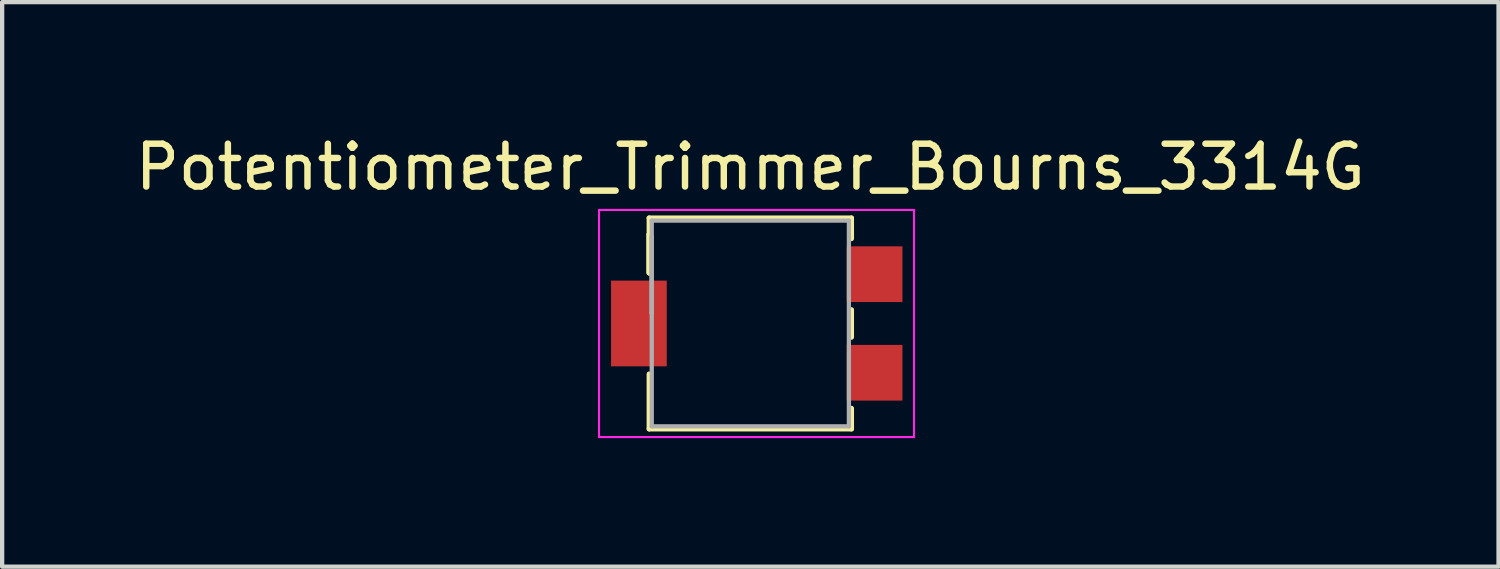
<source format=kicad_pcb>
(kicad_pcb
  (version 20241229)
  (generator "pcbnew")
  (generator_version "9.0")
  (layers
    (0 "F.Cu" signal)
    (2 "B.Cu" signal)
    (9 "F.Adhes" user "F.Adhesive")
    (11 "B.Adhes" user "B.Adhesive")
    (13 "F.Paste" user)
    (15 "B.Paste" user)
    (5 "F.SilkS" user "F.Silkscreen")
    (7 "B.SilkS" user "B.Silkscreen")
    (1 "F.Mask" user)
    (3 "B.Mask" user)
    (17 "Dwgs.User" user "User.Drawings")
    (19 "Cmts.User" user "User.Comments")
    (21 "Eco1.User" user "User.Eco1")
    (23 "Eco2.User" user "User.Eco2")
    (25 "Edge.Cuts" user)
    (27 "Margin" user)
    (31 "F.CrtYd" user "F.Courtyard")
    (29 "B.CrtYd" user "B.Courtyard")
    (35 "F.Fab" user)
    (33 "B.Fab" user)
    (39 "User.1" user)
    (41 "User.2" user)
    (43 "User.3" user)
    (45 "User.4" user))
  (footprint "Potentiometer_Trimmer_Bourns_3314G"
    (layer "F.Cu")
    (at 14.458 4.498)
    (property "Reference" "Potentiometer_Trimmer_Bourns_3314G" (at 0 -3.65 0) (layer "F.SilkS") (effects (font (size 1 1) (thickness 0.15))))
    (attr smd)
    (fp_line (start -2.36 -2.46) (end -2.36 -1.18) (stroke (width 0.12) (type solid)) (layer "F.SilkS"))
    (fp_line (start -2.36 -2.46) (end 2.36 -2.46) (stroke (width 0.12) (type solid)) (layer "F.SilkS"))
    (fp_line (start -2.36 -2.08) (end -2.36 -2.08) (stroke (width 0.12) (type solid)) (layer "F.SilkS"))
    (fp_line (start -2.36 -2.08) (end -2.36 -1.18) (stroke (width 0.12) (type solid)) (layer "F.SilkS"))
    (fp_line (start -2.36 -2.08) (end -2.36 -1.18) (stroke (width 0.12) (type solid)) (layer "F.SilkS"))
    (fp_line (start -2.36 1.18) (end -2.36 2.46) (stroke (width 0.12) (type solid)) (layer "F.SilkS"))
    (fp_line (start -2.36 2.46) (end 2.36 2.46) (stroke (width 0.12) (type solid)) (layer "F.SilkS"))
    (fp_line (start 2.36 -2.46) (end 2.36 -1.98) (stroke (width 0.12) (type solid)) (layer "F.SilkS"))
    (fp_line (start 2.36 -0.32) (end 2.36 0.32) (stroke (width 0.12) (type solid)) (layer "F.SilkS"))
    (fp_line (start 2.36 1.98) (end 2.36 2.46) (stroke (width 0.12) (type solid)) (layer "F.SilkS"))
    (fp_line (start -3.53 -2.65) (end -3.53 2.65) (stroke (width 0.05) (type solid)) (layer "F.CrtYd"))
    (fp_line (start -3.53 2.65) (end 3.82 2.65) (stroke (width 0.05) (type solid)) (layer "F.CrtYd"))
    (fp_line (start 3.82 -2.65) (end -3.53 -2.65) (stroke (width 0.05) (type solid)) (layer "F.CrtYd"))
    (fp_line (start 3.82 2.65) (end 3.82 -2.65) (stroke (width 0.05) (type solid)) (layer "F.CrtYd"))
    (fp_line (start -2.3 -2.4) (end -2.3 2.4) (stroke (width 0.1) (type solid)) (layer "F.Fab"))
    (fp_line (start -2.3 -2.02) (end -2.3 -2.02) (stroke (width 0.1) (type solid)) (layer "F.Fab"))
    (fp_line (start -2.3 -2.02) (end -2.3 -0.24) (stroke (width 0.1) (type solid)) (layer "F.Fab"))
    (fp_line (start -2.3 -1.13) (end -2.3 -1.13) (stroke (width 0.1) (type solid)) (layer "F.Fab"))
    (fp_line (start -2.3 -0.24) (end -2.3 -2.02) (stroke (width 0.1) (type solid)) (layer "F.Fab"))
    (fp_line (start -2.3 -0.24) (end -2.3 -0.24) (stroke (width 0.1) (type solid)) (layer "F.Fab"))
    (fp_line (start -2.3 2.4) (end 2.3 2.4) (stroke (width 0.1) (type solid)) (layer "F.Fab"))
    (fp_line (start 2.3 -2.4) (end -2.3 -2.4) (stroke (width 0.1) (type solid)) (layer "F.Fab"))
    (fp_line (start 2.3 2.4) (end 2.3 -2.4) (stroke (width 0.1) (type solid)) (layer "F.Fab"))
    (pad "1" smd rect (at 2.9 -1.15) (size 1.3 1.3) (layers "F.Cu" "F.Mask"))
    (pad "2" smd rect (at -2.6 0) (size 1.3 2) (layers "F.Cu" "F.Mask"))
    (pad "3" smd rect (at 2.9 1.15) (size 1.3 1.3) (layers "F.Cu" "F.Mask")))
  (gr_rect
    (start -3 -3)
    (end 31.917 10.173)
    (stroke (width 0.1) (type default))
    (fill no)
    (layer "Edge.Cuts")))
</source>
